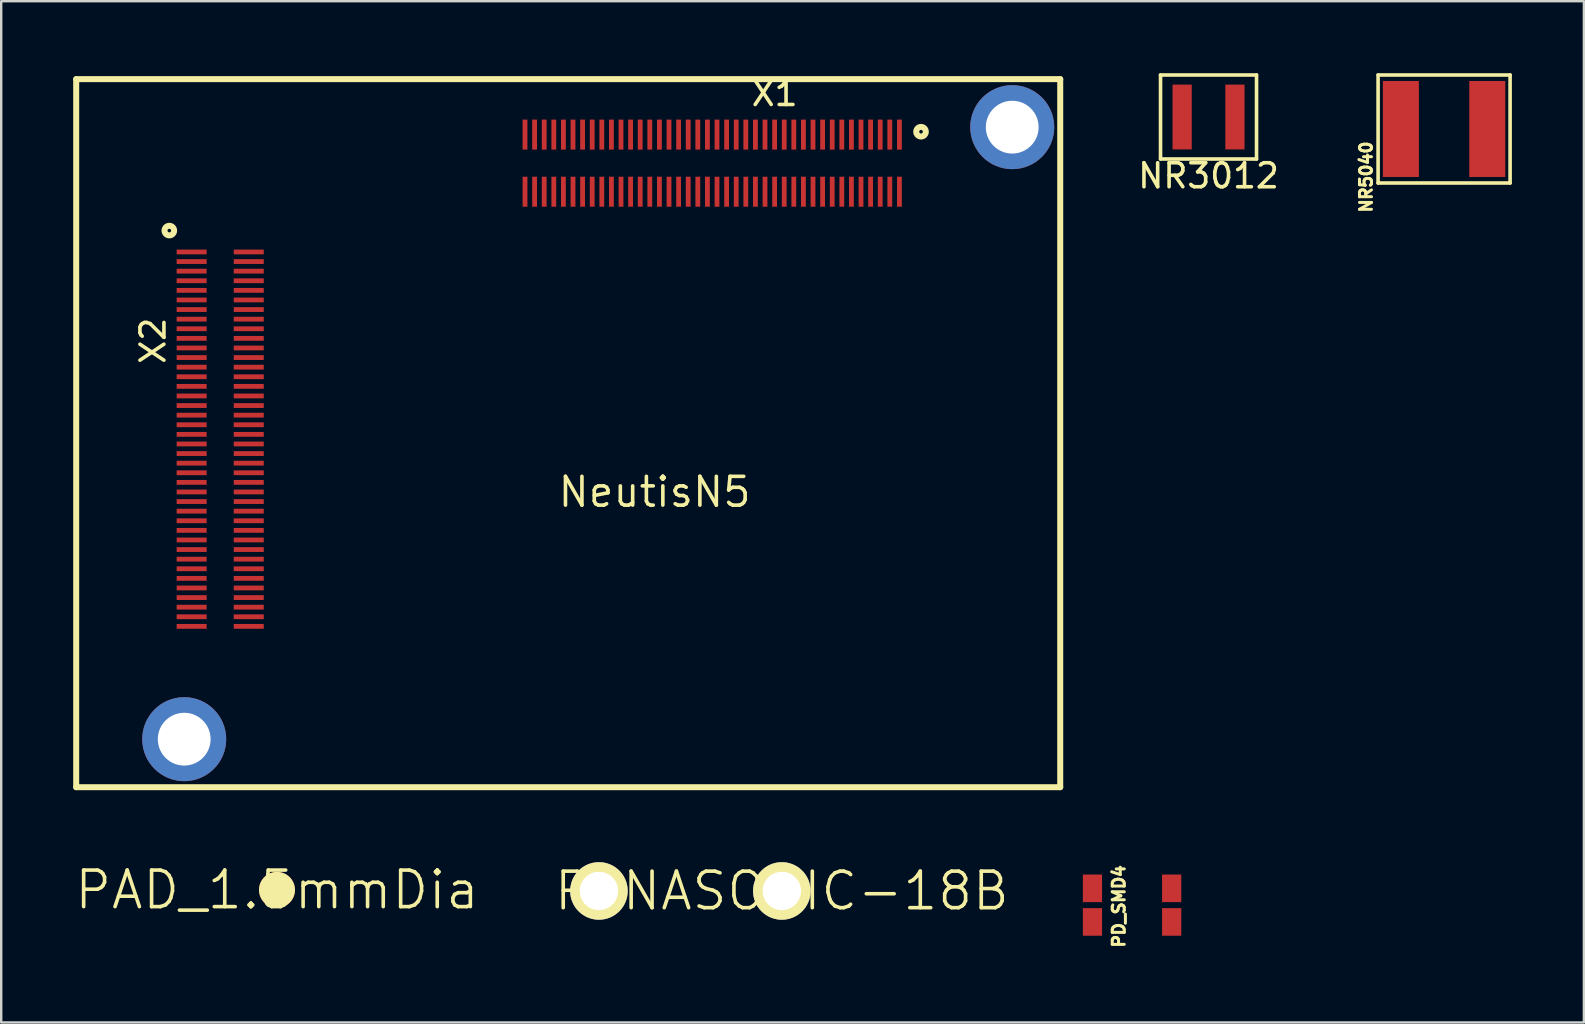
<source format=kicad_pcb>
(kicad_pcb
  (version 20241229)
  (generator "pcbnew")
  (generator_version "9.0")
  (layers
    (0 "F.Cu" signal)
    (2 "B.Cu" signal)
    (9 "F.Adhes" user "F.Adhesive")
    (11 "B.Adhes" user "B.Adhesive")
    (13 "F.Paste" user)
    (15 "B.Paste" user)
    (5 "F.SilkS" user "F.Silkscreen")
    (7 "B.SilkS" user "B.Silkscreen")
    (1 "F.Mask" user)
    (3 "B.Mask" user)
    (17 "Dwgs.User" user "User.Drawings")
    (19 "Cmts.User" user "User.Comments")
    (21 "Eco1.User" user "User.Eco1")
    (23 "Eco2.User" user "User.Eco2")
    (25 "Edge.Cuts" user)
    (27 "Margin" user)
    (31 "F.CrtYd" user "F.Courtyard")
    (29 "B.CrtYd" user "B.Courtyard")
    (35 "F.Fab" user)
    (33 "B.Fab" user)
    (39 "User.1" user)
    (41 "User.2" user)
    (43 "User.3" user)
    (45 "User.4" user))
  (footprint "PANASONIC-18B"
    (layer "F.Cu")
    (at 29.525 34.072)
    (property "Reference" "PANASONIC-18B" (at 0 0 0) (layer "F.SilkS") (effects (font (size 1.524 1.524) (thickness 0.15))))
    (attr through_hole)
    (pad "P$1" thru_hole circle (at 0 0) (size 2.398 2.398) (drill 1.598) (layers "*.Cu" "F.Mask" "F.SilkS" "F.Paste"))
    (pad "P$2" thru_hole circle (at -7.62 0) (size 2.398 2.398) (drill 1.598) (layers "*.Cu" "F.Mask" "F.SilkS" "F.Paste")))
  (footprint "NR3012"
    (layer "F.Cu")
    (at 47.304 1.825)
    (property "Reference" "NR3012" (at 0 2.45 0) (layer "F.SilkS") (effects (font (size 1 1) (thickness 0.15))))
    (attr through_hole)
    (fp_line (start -2 -1.75) (end 2 -1.75) (stroke (width 0.15) (type solid)) (layer "F.SilkS"))
    (fp_line (start -2 1.75) (end -2 -1.75) (stroke (width 0.15) (type solid)) (layer "F.SilkS"))
    (fp_line (start 2 -1.75) (end 2 1.75) (stroke (width 0.15) (type solid)) (layer "F.SilkS"))
    (fp_line (start 2 1.75) (end -2 1.75) (stroke (width 0.15) (type solid)) (layer "F.SilkS"))
    (pad "1" smd rect (at -1.1 0) (size 0.8 2.7) (layers "F.Cu" "F.Mask" "F.Paste"))
    (pad "2" smd rect (at 1.1 0) (size 0.8 2.7) (layers "F.Cu" "F.Mask" "F.Paste")))
  (footprint "NeutisN5"
    (layer "F.Cu")
    (at 4.625 27.748)
    (property "Reference" "NeutisN5" (at 19.6 -10.3 0) (layer "F.SilkS") (effects (font (size 1.2 1.2) (thickness 0.15))))
    (attr through_hole)
    (fp_line (start -4.5 -27.5) (end -4.5 2) (stroke (width 0.25) (type solid)) (layer "F.SilkS"))
    (fp_line (start -4.5 2) (end 36.5 2) (stroke (width 0.25) (type solid)) (layer "F.SilkS"))
    (fp_line (start 36.5 -27.5) (end -4.5 -27.5) (stroke (width 0.25) (type solid)) (layer "F.SilkS"))
    (fp_line (start 36.5 2) (end 36.5 -27.5) (stroke (width 0.25) (type solid)) (layer "F.SilkS"))
    (fp_circle (center -0.62 -21.19) (end -0.82 -21.19) (stroke (width 0.25) (type solid)) (fill no) (layer "F.SilkS"))
    (fp_circle (center 30.7 -25.31) (end 30.5 -25.31) (stroke (width 0.25) (type solid)) (fill no) (layer "F.SilkS"))
    (fp_text user "X1" (at 24.6 -26.9 0) (layer "F.SilkS") (effects (font (size 1 1) (thickness 0.15))))
    (fp_text user "X2" (at -1.3 -16.6 90) (layer "F.SilkS") (effects (font (size 1 1) (thickness 0.15))))
    (pad "1" smd rect (at 29.8 -25.19 180) (size 0.2 1.25) (layers "F.Cu" "F.Mask" "F.Paste"))
    (pad "2" smd rect (at 29.8 -22.81 180) (size 0.2 1.25) (layers "F.Cu" "F.Mask" "F.Paste"))
    (pad "3" smd rect (at 29.4 -25.19 180) (size 0.2 1.25) (layers "F.Cu" "F.Mask" "F.Paste"))
    (pad "4" smd rect (at 29.4 -22.81 180) (size 0.2 1.25) (layers "F.Cu" "F.Mask" "F.Paste"))
    (pad "5" smd rect (at 29 -25.19 180) (size 0.2 1.25) (layers "F.Cu" "F.Mask" "F.Paste"))
    (pad "6" smd rect (at 29 -22.81 180) (size 0.2 1.25) (layers "F.Cu" "F.Mask" "F.Paste"))
    (pad "7" smd rect (at 28.6 -25.19 180) (size 0.2 1.25) (layers "F.Cu" "F.Mask" "F.Paste"))
    (pad "8" smd rect (at 28.6 -22.81 180) (size 0.2 1.25) (layers "F.Cu" "F.Mask" "F.Paste"))
    (pad "9" smd rect (at 28.2 -25.19 180) (size 0.2 1.25) (layers "F.Cu" "F.Mask" "F.Paste"))
    (pad "10" smd rect (at 28.2 -22.81 180) (size 0.2 1.25) (layers "F.Cu" "F.Mask" "F.Paste"))
    (pad "11" smd rect (at 27.8 -25.19 180) (size 0.2 1.25) (layers "F.Cu" "F.Mask" "F.Paste"))
    (pad "12" smd rect (at 27.8 -22.81 180) (size 0.2 1.25) (layers "F.Cu" "F.Mask" "F.Paste"))
    (pad "13" smd rect (at 27.4 -25.19 180) (size 0.2 1.25) (layers "F.Cu" "F.Mask" "F.Paste"))
    (pad "14" smd rect (at 27.4 -22.81 180) (size 0.2 1.25) (layers "F.Cu" "F.Mask" "F.Paste"))
    (pad "15" smd rect (at 27 -25.19 180) (size 0.2 1.25) (layers "F.Cu" "F.Mask" "F.Paste"))
    (pad "16" smd rect (at 27 -22.81 180) (size 0.2 1.25) (layers "F.Cu" "F.Mask" "F.Paste"))
    (pad "17" smd rect (at 26.6 -25.19 180) (size 0.2 1.25) (layers "F.Cu" "F.Mask" "F.Paste"))
    (pad "18" smd rect (at 26.6 -22.81 180) (size 0.2 1.25) (layers "F.Cu" "F.Mask" "F.Paste"))
    (pad "19" smd rect (at 26.2 -25.19 180) (size 0.2 1.25) (layers "F.Cu" "F.Mask" "F.Paste"))
    (pad "20" smd rect (at 26.2 -22.81 180) (size 0.2 1.25) (layers "F.Cu" "F.Mask" "F.Paste"))
    (pad "21" smd rect (at 25.8 -25.19 180) (size 0.2 1.25) (layers "F.Cu" "F.Mask" "F.Paste"))
    (pad "22" smd rect (at 25.8 -22.81 180) (size 0.2 1.25) (layers "F.Cu" "F.Mask" "F.Paste"))
    (pad "23" smd rect (at 25.4 -25.19 180) (size 0.2 1.25) (layers "F.Cu" "F.Mask" "F.Paste"))
    (pad "24" smd rect (at 25.4 -22.81 180) (size 0.2 1.25) (layers "F.Cu" "F.Mask" "F.Paste"))
    (pad "25" smd rect (at 25 -25.19 180) (size 0.2 1.25) (layers "F.Cu" "F.Mask" "F.Paste"))
    (pad "26" smd rect (at 25 -22.81 180) (size 0.2 1.25) (layers "F.Cu" "F.Mask" "F.Paste"))
    (pad "27" smd rect (at 24.6 -25.19 180) (size 0.2 1.25) (layers "F.Cu" "F.Mask" "F.Paste"))
    (pad "28" smd rect (at 24.6 -22.81 180) (size 0.2 1.25) (layers "F.Cu" "F.Mask" "F.Paste"))
    (pad "29" smd rect (at 24.2 -25.19 180) (size 0.2 1.25) (layers "F.Cu" "F.Mask" "F.Paste"))
    (pad "30" smd rect (at 24.2 -22.81 180) (size 0.2 1.25) (layers "F.Cu" "F.Mask" "F.Paste"))
    (pad "31" smd rect (at 23.8 -25.19 180) (size 0.2 1.25) (layers "F.Cu" "F.Mask" "F.Paste"))
    (pad "32" smd rect (at 23.8 -22.81 180) (size 0.2 1.25) (layers "F.Cu" "F.Mask" "F.Paste"))
    (pad "33" smd rect (at 23.4 -25.19 180) (size 0.2 1.25) (layers "F.Cu" "F.Mask" "F.Paste"))
    (pad "34" smd rect (at 23.4 -22.81 180) (size 0.2 1.25) (layers "F.Cu" "F.Mask" "F.Paste"))
    (pad "35" smd rect (at 23 -25.19 180) (size 0.2 1.25) (layers "F.Cu" "F.Mask" "F.Paste"))
    (pad "36" smd rect (at 23 -22.81 180) (size 0.2 1.25) (layers "F.Cu" "F.Mask" "F.Paste"))
    (pad "37" smd rect (at 22.6 -25.19 180) (size 0.2 1.25) (layers "F.Cu" "F.Mask" "F.Paste"))
    (pad "38" smd rect (at 22.6 -22.81 180) (size 0.2 1.25) (layers "F.Cu" "F.Mask" "F.Paste"))
    (pad "39" smd rect (at 22.2 -25.19 180) (size 0.2 1.25) (layers "F.Cu" "F.Mask" "F.Paste"))
    (pad "40" smd rect (at 22.2 -22.81 180) (size 0.2 1.25) (layers "F.Cu" "F.Mask" "F.Paste"))
    (pad "41" smd rect (at 21.8 -25.19 180) (size 0.2 1.25) (layers "F.Cu" "F.Mask" "F.Paste"))
    (pad "42" smd rect (at 21.8 -22.81 180) (size 0.2 1.25) (layers "F.Cu" "F.Mask" "F.Paste"))
    (pad "43" smd rect (at 21.4 -25.19 180) (size 0.2 1.25) (layers "F.Cu" "F.Mask" "F.Paste"))
    (pad "44" smd rect (at 21.4 -22.81 180) (size 0.2 1.25) (layers "F.Cu" "F.Mask" "F.Paste"))
    (pad "45" smd rect (at 21 -25.19 180) (size 0.2 1.25) (layers "F.Cu" "F.Mask" "F.Paste"))
    (pad "46" smd rect (at 21 -22.81 180) (size 0.2 1.25) (layers "F.Cu" "F.Mask" "F.Paste"))
    (pad "47" smd rect (at 20.6 -25.19 180) (size 0.2 1.25) (layers "F.Cu" "F.Mask" "F.Paste"))
    (pad "48" smd rect (at 20.6 -22.81 180) (size 0.2 1.25) (layers "F.Cu" "F.Mask" "F.Paste"))
    (pad "49" smd rect (at 20.2 -25.19 180) (size 0.2 1.25) (layers "F.Cu" "F.Mask" "F.Paste"))
    (pad "50" smd rect (at 20.2 -22.81 180) (size 0.2 1.25) (layers "F.Cu" "F.Mask" "F.Paste"))
    (pad "51" smd rect (at 19.8 -25.19 180) (size 0.2 1.25) (layers "F.Cu" "F.Mask" "F.Paste"))
    (pad "52" smd rect (at 19.8 -22.81 180) (size 0.2 1.25) (layers "F.Cu" "F.Mask" "F.Paste"))
    (pad "53" smd rect (at 19.4 -25.19 180) (size 0.2 1.25) (layers "F.Cu" "F.Mask" "F.Paste"))
    (pad "54" smd rect (at 19.4 -22.81 180) (size 0.2 1.25) (layers "F.Cu" "F.Mask" "F.Paste"))
    (pad "55" smd rect (at 19 -25.19 180) (size 0.2 1.25) (layers "F.Cu" "F.Mask" "F.Paste"))
    (pad "56" smd rect (at 19 -22.81 180) (size 0.2 1.25) (layers "F.Cu" "F.Mask" "F.Paste"))
    (pad "57" smd rect (at 18.6 -25.19 180) (size 0.2 1.25) (layers "F.Cu" "F.Mask" "F.Paste"))
    (pad "58" smd rect (at 18.6 -22.81 180) (size 0.2 1.25) (layers "F.Cu" "F.Mask" "F.Paste"))
    (pad "59" smd rect (at 18.2 -25.19 180) (size 0.2 1.25) (layers "F.Cu" "F.Mask" "F.Paste"))
    (pad "60" smd rect (at 18.2 -22.81 180) (size 0.2 1.25) (layers "F.Cu" "F.Mask" "F.Paste"))
    (pad "61" smd rect (at 17.8 -25.19 180) (size 0.2 1.25) (layers "F.Cu" "F.Mask" "F.Paste"))
    (pad "62" smd rect (at 17.8 -22.81 180) (size 0.2 1.25) (layers "F.Cu" "F.Mask" "F.Paste"))
    (pad "63" smd rect (at 17.4 -25.19 180) (size 0.2 1.25) (layers "F.Cu" "F.Mask" "F.Paste"))
    (pad "64" smd rect (at 17.4 -22.81 180) (size 0.2 1.25) (layers "F.Cu" "F.Mask" "F.Paste"))
    (pad "65" smd rect (at 17 -25.19 180) (size 0.2 1.25) (layers "F.Cu" "F.Mask" "F.Paste"))
    (pad "66" smd rect (at 17 -22.81 180) (size 0.2 1.25) (layers "F.Cu" "F.Mask" "F.Paste"))
    (pad "67" smd rect (at 16.6 -25.19 180) (size 0.2 1.25) (layers "F.Cu" "F.Mask" "F.Paste"))
    (pad "68" smd rect (at 16.6 -22.81 180) (size 0.2 1.25) (layers "F.Cu" "F.Mask" "F.Paste"))
    (pad "69" smd rect (at 16.2 -25.19 180) (size 0.2 1.25) (layers "F.Cu" "F.Mask" "F.Paste"))
    (pad "70" smd rect (at 16.2 -22.81 180) (size 0.2 1.25) (layers "F.Cu" "F.Mask" "F.Paste"))
    (pad "71" smd rect (at 15.8 -25.19 180) (size 0.2 1.25) (layers "F.Cu" "F.Mask" "F.Paste"))
    (pad "72" smd rect (at 15.8 -22.81 180) (size 0.2 1.25) (layers "F.Cu" "F.Mask" "F.Paste"))
    (pad "73" smd rect (at 15.4 -25.19 180) (size 0.2 1.25) (layers "F.Cu" "F.Mask" "F.Paste"))
    (pad "74" smd rect (at 15.4 -22.81 180) (size 0.2 1.25) (layers "F.Cu" "F.Mask" "F.Paste"))
    (pad "75" smd rect (at 15 -25.19 180) (size 0.2 1.25) (layers "F.Cu" "F.Mask" "F.Paste"))
    (pad "76" smd rect (at 15 -22.81 180) (size 0.2 1.25) (layers "F.Cu" "F.Mask" "F.Paste"))
    (pad "77" smd rect (at 14.6 -25.19 180) (size 0.2 1.25) (layers "F.Cu" "F.Mask" "F.Paste"))
    (pad "78" smd rect (at 14.6 -22.81 180) (size 0.2 1.25) (layers "F.Cu" "F.Mask" "F.Paste"))
    (pad "79" smd rect (at 14.2 -25.19 180) (size 0.2 1.25) (layers "F.Cu" "F.Mask" "F.Paste"))
    (pad "80" smd rect (at 14.2 -22.81 180) (size 0.2 1.25) (layers "F.Cu" "F.Mask" "F.Paste"))
    (pad "81" smd rect (at 0.31 -20.3 90) (size 0.2 1.25) (layers "F.Cu" "F.Mask" "F.Paste"))
    (pad "82" smd rect (at 2.69 -20.3 90) (size 0.2 1.25) (layers "F.Cu" "F.Mask" "F.Paste"))
    (pad "83" smd rect (at 0.31 -19.9 90) (size 0.2 1.25) (layers "F.Cu" "F.Mask" "F.Paste"))
    (pad "84" smd rect (at 2.69 -19.9 90) (size 0.2 1.25) (layers "F.Cu" "F.Mask" "F.Paste"))
    (pad "85" smd rect (at 0.31 -19.5 90) (size 0.2 1.25) (layers "F.Cu" "F.Mask" "F.Paste"))
    (pad "86" smd rect (at 2.69 -19.5 90) (size 0.2 1.25) (layers "F.Cu" "F.Mask" "F.Paste"))
    (pad "87" smd rect (at 0.31 -19.1 90) (size 0.2 1.25) (layers "F.Cu" "F.Mask" "F.Paste"))
    (pad "88" smd rect (at 2.69 -19.1 90) (size 0.2 1.25) (layers "F.Cu" "F.Mask" "F.Paste"))
    (pad "89" smd rect (at 0.31 -18.7 90) (size 0.2 1.25) (layers "F.Cu" "F.Mask" "F.Paste"))
    (pad "90" smd rect (at 2.69 -18.7 90) (size 0.2 1.25) (layers "F.Cu" "F.Mask" "F.Paste"))
    (pad "91" smd rect (at 0.31 -18.3 90) (size 0.2 1.25) (layers "F.Cu" "F.Mask" "F.Paste"))
    (pad "92" smd rect (at 2.69 -18.3 90) (size 0.2 1.25) (layers "F.Cu" "F.Mask" "F.Paste"))
    (pad "93" smd rect (at 0.31 -17.9 90) (size 0.2 1.25) (layers "F.Cu" "F.Mask" "F.Paste"))
    (pad "94" smd rect (at 2.69 -17.9 90) (size 0.2 1.25) (layers "F.Cu" "F.Mask" "F.Paste"))
    (pad "95" smd rect (at 0.31 -17.5 90) (size 0.2 1.25) (layers "F.Cu" "F.Mask" "F.Paste"))
    (pad "96" smd rect (at 2.69 -17.5 90) (size 0.2 1.25) (layers "F.Cu" "F.Mask" "F.Paste"))
    (pad "97" smd rect (at 0.31 -17.1 90) (size 0.2 1.25) (layers "F.Cu" "F.Mask" "F.Paste"))
    (pad "98" smd rect (at 2.69 -17.1 90) (size 0.2 1.25) (layers "F.Cu" "F.Mask" "F.Paste"))
    (pad "99" smd rect (at 0.31 -16.7 90) (size 0.2 1.25) (layers "F.Cu" "F.Mask" "F.Paste"))
    (pad "100" smd rect (at 2.69 -16.7 90) (size 0.2 1.25) (layers "F.Cu" "F.Mask" "F.Paste"))
    (pad "101" smd rect (at 0.31 -16.3 90) (size 0.2 1.25) (layers "F.Cu" "F.Mask" "F.Paste"))
    (pad "102" smd rect (at 2.69 -16.3 90) (size 0.2 1.25) (layers "F.Cu" "F.Mask" "F.Paste"))
    (pad "103" smd rect (at 0.31 -15.9 90) (size 0.2 1.25) (layers "F.Cu" "F.Mask" "F.Paste"))
    (pad "104" smd rect (at 2.69 -15.9 90) (size 0.2 1.25) (layers "F.Cu" "F.Mask" "F.Paste"))
    (pad "105" smd rect (at 0.31 -15.5 90) (size 0.2 1.25) (layers "F.Cu" "F.Mask" "F.Paste"))
    (pad "106" smd rect (at 2.69 -15.5 90) (size 0.2 1.25) (layers "F.Cu" "F.Mask" "F.Paste"))
    (pad "107" smd rect (at 0.31 -15.1 90) (size 0.2 1.25) (layers "F.Cu" "F.Mask" "F.Paste"))
    (pad "108" smd rect (at 2.69 -15.1 90) (size 0.2 1.25) (layers "F.Cu" "F.Mask" "F.Paste"))
    (pad "109" smd rect (at 0.31 -14.7 90) (size 0.2 1.25) (layers "F.Cu" "F.Mask" "F.Paste"))
    (pad "110" smd rect (at 2.69 -14.7 90) (size 0.2 1.25) (layers "F.Cu" "F.Mask" "F.Paste"))
    (pad "111" smd rect (at 0.31 -14.3 90) (size 0.2 1.25) (layers "F.Cu" "F.Mask" "F.Paste"))
    (pad "112" smd rect (at 2.69 -14.3 90) (size 0.2 1.25) (layers "F.Cu" "F.Mask" "F.Paste"))
    (pad "113" smd rect (at 0.31 -13.9 90) (size 0.2 1.25) (layers "F.Cu" "F.Mask" "F.Paste"))
    (pad "114" smd rect (at 2.69 -13.9 90) (size 0.2 1.25) (layers "F.Cu" "F.Mask" "F.Paste"))
    (pad "115" smd rect (at 0.31 -13.5 90) (size 0.2 1.25) (layers "F.Cu" "F.Mask" "F.Paste"))
    (pad "116" smd rect (at 2.69 -13.5 90) (size 0.2 1.25) (layers "F.Cu" "F.Mask" "F.Paste"))
    (pad "117" smd rect (at 0.31 -13.1 90) (size 0.2 1.25) (layers "F.Cu" "F.Mask" "F.Paste"))
    (pad "118" smd rect (at 2.69 -13.1 90) (size 0.2 1.25) (layers "F.Cu" "F.Mask" "F.Paste"))
    (pad "119" smd rect (at 0.31 -12.7 90) (size 0.2 1.25) (layers "F.Cu" "F.Mask" "F.Paste"))
    (pad "120" smd rect (at 2.69 -12.7 90) (size 0.2 1.25) (layers "F.Cu" "F.Mask" "F.Paste"))
    (pad "121" smd rect (at 0.31 -12.3 90) (size 0.2 1.25) (layers "F.Cu" "F.Mask" "F.Paste"))
    (pad "122" smd rect (at 2.69 -12.3 90) (size 0.2 1.25) (layers "F.Cu" "F.Mask" "F.Paste"))
    (pad "123" smd rect (at 0.31 -11.9 90) (size 0.2 1.25) (layers "F.Cu" "F.Mask" "F.Paste"))
    (pad "124" smd rect (at 2.69 -11.9 90) (size 0.2 1.25) (layers "F.Cu" "F.Mask" "F.Paste"))
    (pad "125" smd rect (at 0.31 -11.5 90) (size 0.2 1.25) (layers "F.Cu" "F.Mask" "F.Paste"))
    (pad "126" smd rect (at 2.69 -11.5 90) (size 0.2 1.25) (layers "F.Cu" "F.Mask" "F.Paste"))
    (pad "127" smd rect (at 0.31 -11.1 90) (size 0.2 1.25) (layers "F.Cu" "F.Mask" "F.Paste"))
    (pad "128" smd rect (at 2.69 -11.1 90) (size 0.2 1.25) (layers "F.Cu" "F.Mask" "F.Paste"))
    (pad "129" smd rect (at 0.31 -10.7 90) (size 0.2 1.25) (layers "F.Cu" "F.Mask" "F.Paste"))
    (pad "130" smd rect (at 2.69 -10.7 90) (size 0.2 1.25) (layers "F.Cu" "F.Mask" "F.Paste"))
    (pad "131" smd rect (at 0.31 -10.3 90) (size 0.2 1.25) (layers "F.Cu" "F.Mask" "F.Paste"))
    (pad "132" smd rect (at 2.69 -10.3 90) (size 0.2 1.25) (layers "F.Cu" "F.Mask" "F.Paste"))
    (pad "133" smd rect (at 0.31 -9.9 90) (size 0.2 1.25) (layers "F.Cu" "F.Mask" "F.Paste"))
    (pad "134" smd rect (at 2.69 -9.9 90) (size 0.2 1.25) (layers "F.Cu" "F.Mask" "F.Paste"))
    (pad "135" smd rect (at 0.31 -9.5 90) (size 0.2 1.25) (layers "F.Cu" "F.Mask" "F.Paste"))
    (pad "136" smd rect (at 2.69 -9.5 90) (size 0.2 1.25) (layers "F.Cu" "F.Mask" "F.Paste"))
    (pad "137" smd rect (at 0.31 -9.1 90) (size 0.2 1.25) (layers "F.Cu" "F.Mask" "F.Paste"))
    (pad "138" smd rect (at 2.69 -9.1 90) (size 0.2 1.25) (layers "F.Cu" "F.Mask" "F.Paste"))
    (pad "139" smd rect (at 0.31 -8.7 90) (size 0.2 1.25) (layers "F.Cu" "F.Mask" "F.Paste"))
    (pad "140" smd rect (at 2.69 -8.7 90) (size 0.2 1.25) (layers "F.Cu" "F.Mask" "F.Paste"))
    (pad "141" smd rect (at 0.31 -8.3 90) (size 0.2 1.25) (layers "F.Cu" "F.Mask" "F.Paste"))
    (pad "142" smd rect (at 2.69 -8.3 90) (size 0.2 1.25) (layers "F.Cu" "F.Mask" "F.Paste"))
    (pad "143" smd rect (at 0.31 -7.9 90) (size 0.2 1.25) (layers "F.Cu" "F.Mask" "F.Paste"))
    (pad "144" smd rect (at 2.69 -7.9 90) (size 0.2 1.25) (layers "F.Cu" "F.Mask" "F.Paste"))
    (pad "145" smd rect (at 0.31 -7.5 90) (size 0.2 1.25) (layers "F.Cu" "F.Mask" "F.Paste"))
    (pad "146" smd rect (at 2.69 -7.5 90) (size 0.2 1.25) (layers "F.Cu" "F.Mask" "F.Paste"))
    (pad "147" smd rect (at 0.31 -7.1 90) (size 0.2 1.25) (layers "F.Cu" "F.Mask" "F.Paste"))
    (pad "148" smd rect (at 2.69 -7.1 90) (size 0.2 1.25) (layers "F.Cu" "F.Mask" "F.Paste"))
    (pad "149" smd rect (at 0.31 -6.7 90) (size 0.2 1.25) (layers "F.Cu" "F.Mask" "F.Paste"))
    (pad "150" smd rect (at 2.69 -6.7 90) (size 0.2 1.25) (layers "F.Cu" "F.Mask" "F.Paste"))
    (pad "151" smd rect (at 0.31 -6.3 90) (size 0.2 1.25) (layers "F.Cu" "F.Mask" "F.Paste"))
    (pad "152" smd rect (at 2.69 -6.3 90) (size 0.2 1.25) (layers "F.Cu" "F.Mask" "F.Paste"))
    (pad "153" smd rect (at 0.31 -5.9 90) (size 0.2 1.25) (layers "F.Cu" "F.Mask" "F.Paste"))
    (pad "154" smd rect (at 2.69 -5.9 90) (size 0.2 1.25) (layers "F.Cu" "F.Mask" "F.Paste"))
    (pad "155" smd rect (at 0.31 -5.5 90) (size 0.2 1.25) (layers "F.Cu" "F.Mask" "F.Paste"))
    (pad "156" smd rect (at 2.69 -5.5 90) (size 0.2 1.25) (layers "F.Cu" "F.Mask" "F.Paste"))
    (pad "157" smd rect (at 0.31 -5.1 90) (size 0.2 1.25) (layers "F.Cu" "F.Mask" "F.Paste"))
    (pad "158" smd rect (at 2.69 -5.1 90) (size 0.2 1.25) (layers "F.Cu" "F.Mask" "F.Paste"))
    (pad "159" smd rect (at 0.31 -4.7 90) (size 0.2 1.25) (layers "F.Cu" "F.Mask" "F.Paste"))
    (pad "160" smd rect (at 2.69 -4.7 90) (size 0.2 1.25) (layers "F.Cu" "F.Mask" "F.Paste"))
    (pad "MNT" thru_hole circle (at 0 0 270) (size 3.5 3.5) (drill 2.2) (layers "*.Cu" "*.Mask"))
    (pad "MNT1" thru_hole circle (at 34.5 -25.5 270) (size 3.5 3.5) (drill 2.2) (layers "*.Cu" "*.Mask")))
  (footprint "PD_SMD4"
    (layer "F.Cu")
    (at 44.118 34.663)
    (property "Reference" "PD_SMD4" (at -0.55 0.05 90) (layer "F.SilkS") (effects (font (size 0.5 0.5) (thickness 0.125))))
    (attr through_hole)
    (pad "A" smd rect (at -1.65 -0.7) (size 0.8 1.15) (layers "F.Cu" "F.Mask" "F.Paste"))
    (pad "A" smd rect (at -1.65 0.7) (size 0.8 1.15) (layers "F.Cu" "F.Mask" "F.Paste"))
    (pad "C" smd rect (at 1.65 -0.7) (size 0.8 1.15) (layers "F.Cu" "F.Mask" "F.Paste"))
    (pad "C" smd rect (at 1.65 0.7) (size 0.8 1.15) (layers "F.Cu" "F.Mask" "F.Paste")))
  (footprint "PAD_1.5mmDia"
    (layer "F.Cu")
    (at 8.491 34.028)
    (property "Reference" "PAD_1.5mmDia" (at 0 0 0) (layer "F.SilkS") (effects (font (size 1.524 1.524) (thickness 0.15))))
    (attr smd)
    (pad "1" smd circle (at 0 0) (size 1.5 1.5) (layers "F.Cu" "F.Mask" "F.SilkS" "F.Paste")))
  (footprint "NR5040"
    (layer "F.Cu")
    (at 57.119 2.325)
    (property "Reference" "NR5040" (at -3.25 2 90) (layer "F.SilkS") (effects (font (size 0.5 0.5) (thickness 0.125))))
    (attr smd)
    (fp_line (start -2.75 -2.25) (end 2.75 -2.25) (stroke (width 0.15) (type solid)) (layer "F.SilkS"))
    (fp_line (start -2.75 2.25) (end -2.75 -2.25) (stroke (width 0.15) (type solid)) (layer "F.SilkS"))
    (fp_line (start 2.75 -2.25) (end 2.75 2.25) (stroke (width 0.15) (type solid)) (layer "F.SilkS"))
    (fp_line (start 2.75 2.25) (end -2.75 2.25) (stroke (width 0.15) (type solid)) (layer "F.SilkS"))
    (pad "1" smd rect (at -1.8 0) (size 1.5 4) (layers "F.Cu" "F.Mask" "F.Paste"))
    (pad "2" smd rect (at 1.8 0) (size 1.5 4) (layers "F.Cu" "F.Mask" "F.Paste")))
  (gr_rect
    (start -3 -3)
    (end 62.944 39.553)
    (stroke (width 0.1) (type default))
    (fill no)
    (layer "Edge.Cuts")))
</source>
